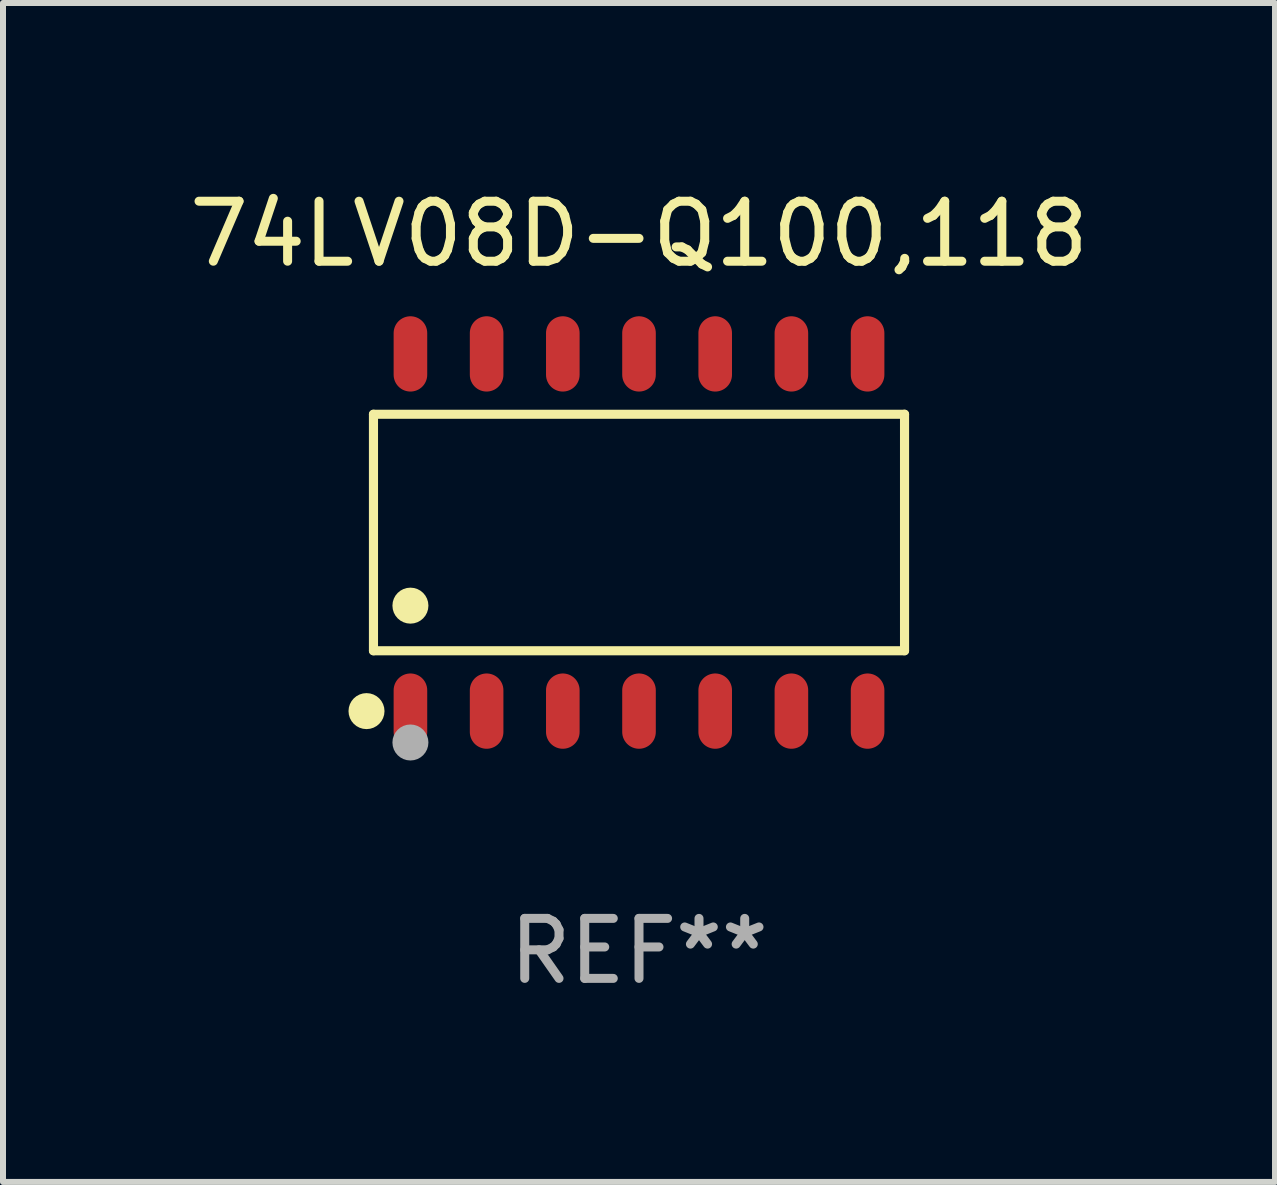
<source format=kicad_pcb>
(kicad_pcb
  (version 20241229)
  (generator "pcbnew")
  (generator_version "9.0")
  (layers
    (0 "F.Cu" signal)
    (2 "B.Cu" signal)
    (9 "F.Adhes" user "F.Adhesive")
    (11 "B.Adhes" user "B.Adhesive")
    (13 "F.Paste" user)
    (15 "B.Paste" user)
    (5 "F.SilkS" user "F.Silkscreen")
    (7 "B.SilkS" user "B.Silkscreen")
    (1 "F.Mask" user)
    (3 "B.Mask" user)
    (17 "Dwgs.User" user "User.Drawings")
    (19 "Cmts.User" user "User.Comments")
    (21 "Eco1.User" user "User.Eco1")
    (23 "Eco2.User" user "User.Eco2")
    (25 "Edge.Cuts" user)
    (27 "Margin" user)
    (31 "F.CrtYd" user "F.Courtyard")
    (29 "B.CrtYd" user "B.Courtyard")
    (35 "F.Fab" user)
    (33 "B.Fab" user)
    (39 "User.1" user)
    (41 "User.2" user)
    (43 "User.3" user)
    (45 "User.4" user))
  (footprint "74LV08D-Q100,118"
    (layer "F.Cu")
    (at 7.601 5.826)
    (property "Reference" "74LV08D-Q100,118" (at 0 -4.977 0) (layer "F.SilkS") (effects (font (size 1 1) (thickness 0.15))))
    (attr through_hole)
    (fp_line (start -4.426 -1.971) (end 4.426 -1.971) (stroke (width 0.152) (type solid)) (layer "F.SilkS"))
    (fp_line (start -4.426 1.971) (end -4.426 -1.971) (stroke (width 0.152) (type solid)) (layer "F.SilkS"))
    (fp_line (start 4.426 -1.971) (end 4.426 1.971) (stroke (width 0.152) (type solid)) (layer "F.SilkS"))
    (fp_line (start 4.426 1.971) (end -4.426 1.971) (stroke (width 0.152) (type solid)) (layer "F.SilkS"))
    (fp_circle (center -4.542 2.977) (end -4.392 2.977) (stroke (width 0.3) (type solid)) (fill no) (layer "F.SilkS"))
    (fp_circle (center -4.35 3.1) (end -4.32 3.1) (stroke (width 0.06) (type solid)) (fill no) (layer "F.SilkS"))
    (fp_circle (center -3.81 1.219) (end -3.66 1.219) (stroke (width 0.3) (type solid)) (fill no) (layer "F.SilkS"))
    (fp_circle (center -3.81 3.5) (end -3.66 3.5) (stroke (width 0.3) (type solid)) (fill no) (layer "F.Fab"))
    (fp_text user "REF**" (at 0 6.977 0) (layer "F.Fab") (effects (font (size 1 1) (thickness 0.15))))
    (pad "1" smd oval (at -3.81 2.977) (size 0.56 1.255) (layers "F.Cu" "F.Mask" "F.Paste"))
    (pad "2" smd oval (at -2.54 2.977) (size 0.56 1.255) (layers "F.Cu" "F.Mask" "F.Paste"))
    (pad "3" smd oval (at -1.27 2.977) (size 0.56 1.255) (layers "F.Cu" "F.Mask" "F.Paste"))
    (pad "4" smd oval (at 0 2.977) (size 0.56 1.255) (layers "F.Cu" "F.Mask" "F.Paste"))
    (pad "5" smd oval (at 1.27 2.977) (size 0.56 1.255) (layers "F.Cu" "F.Mask" "F.Paste"))
    (pad "6" smd oval (at 2.54 2.977) (size 0.56 1.255) (layers "F.Cu" "F.Mask" "F.Paste"))
    (pad "7" smd oval (at 3.81 2.977) (size 0.56 1.255) (layers "F.Cu" "F.Mask" "F.Paste"))
    (pad "8" smd oval (at 3.81 -2.977) (size 0.56 1.255) (layers "F.Cu" "F.Mask" "F.Paste"))
    (pad "9" smd oval (at 2.54 -2.977) (size 0.56 1.255) (layers "F.Cu" "F.Mask" "F.Paste"))
    (pad "10" smd oval (at 1.27 -2.977) (size 0.56 1.255) (layers "F.Cu" "F.Mask" "F.Paste"))
    (pad "11" smd oval (at 0 -2.977) (size 0.56 1.255) (layers "F.Cu" "F.Mask" "F.Paste"))
    (pad "12" smd oval (at -1.27 -2.977) (size 0.56 1.255) (layers "F.Cu" "F.Mask" "F.Paste"))
    (pad "13" smd oval (at -2.54 -2.977) (size 0.56 1.255) (layers "F.Cu" "F.Mask" "F.Paste"))
    (pad "14" smd oval (at -3.81 -2.977) (size 0.56 1.255) (layers "F.Cu" "F.Mask" "F.Paste")))
  (gr_rect
    (start -3 -3)
    (end 18.202 16.651)
    (stroke (width 0.1) (type default))
    (fill no)
    (layer "Edge.Cuts")))
</source>
